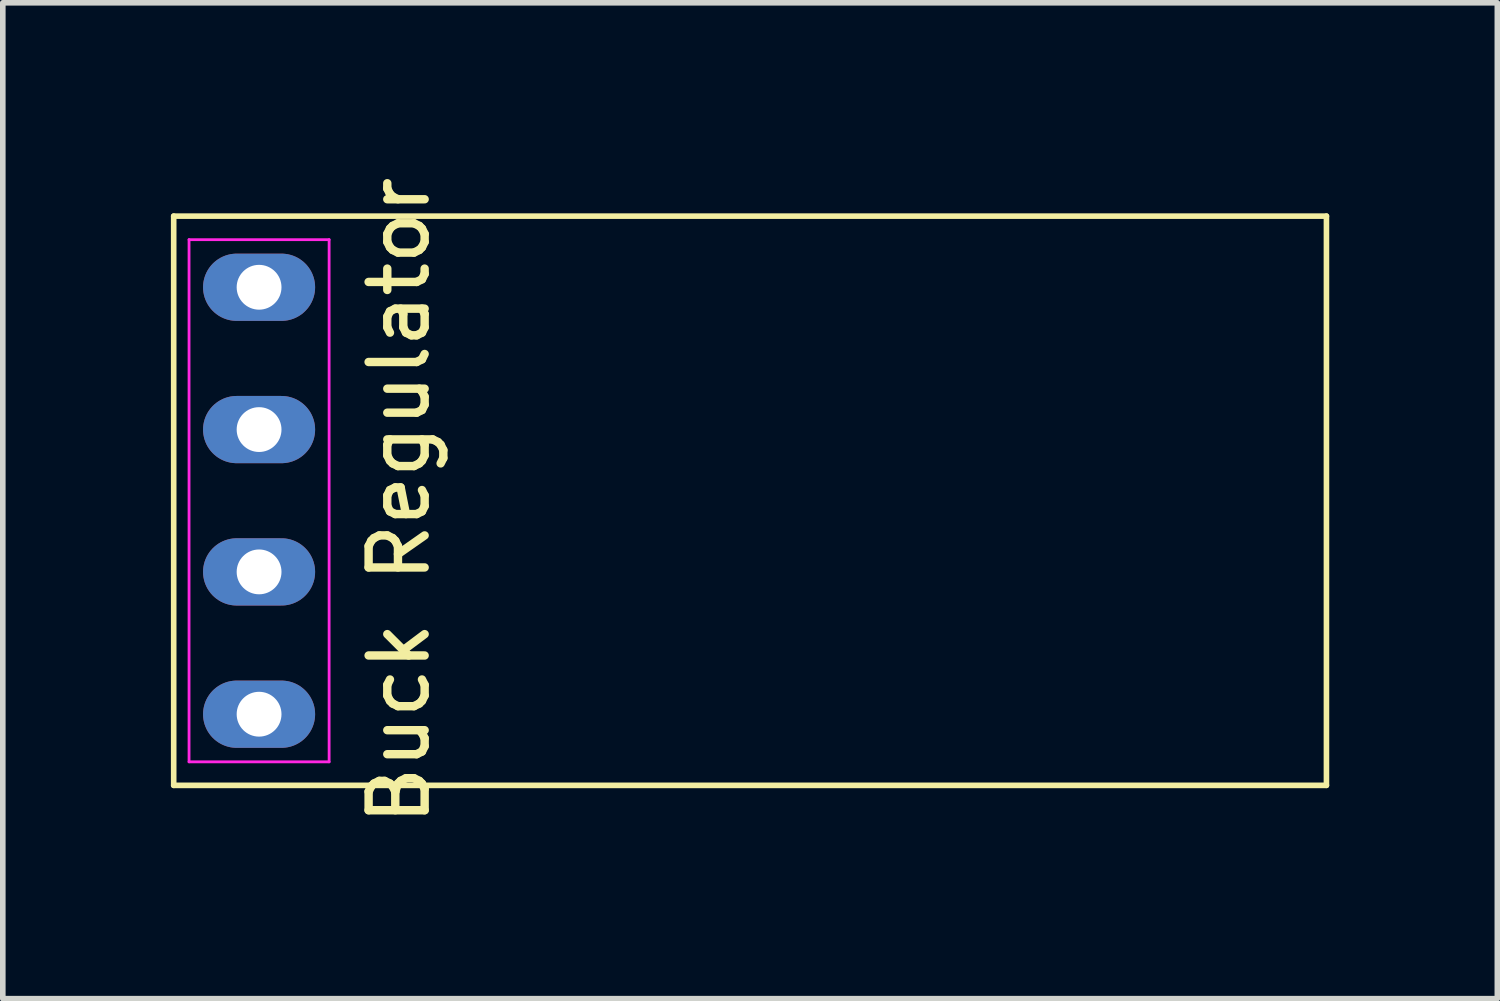
<source format=kicad_pcb>
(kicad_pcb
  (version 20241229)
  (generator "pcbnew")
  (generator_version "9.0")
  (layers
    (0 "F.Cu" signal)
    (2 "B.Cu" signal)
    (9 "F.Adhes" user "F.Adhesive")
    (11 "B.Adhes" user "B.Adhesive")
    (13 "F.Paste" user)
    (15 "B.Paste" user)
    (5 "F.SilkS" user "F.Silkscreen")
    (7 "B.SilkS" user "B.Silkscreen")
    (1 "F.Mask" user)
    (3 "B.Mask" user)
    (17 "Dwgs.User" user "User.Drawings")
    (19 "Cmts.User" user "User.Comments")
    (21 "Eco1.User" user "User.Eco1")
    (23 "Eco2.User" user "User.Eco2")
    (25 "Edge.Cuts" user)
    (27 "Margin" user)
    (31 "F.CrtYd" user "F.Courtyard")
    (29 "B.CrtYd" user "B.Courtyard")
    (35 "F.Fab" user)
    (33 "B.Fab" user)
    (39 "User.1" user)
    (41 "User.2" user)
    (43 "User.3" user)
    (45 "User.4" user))
  (footprint "Buck Regulator"
    (layer "F.Cu")
    (at 1.574 5.887)
    (property "Reference" "Buck Regulator" (at 2.5 0 90) (layer "F.SilkS") (effects (font (size 1 1) (thickness 0.15))))
    (attr through_hole)
    (fp_line (start -1.524 -5.08) (end -1.524 5.08) (stroke (width 0.1) (type default)) (layer "F.SilkS"))
    (fp_line (start 19.05 -5.08) (end -1.524 -5.08) (stroke (width 0.1) (type default)) (layer "F.SilkS"))
    (fp_line (start 19.05 -5.08) (end 19.05 5.08) (stroke (width 0.1) (type default)) (layer "F.SilkS"))
    (fp_line (start 19.05 5.08) (end -1.524 5.08) (stroke (width 0.1) (type default)) (layer "F.SilkS"))
    (fp_line (start -1.25 -4.66) (end 1.25 -4.66) (stroke (width 0.05) (type default)) (layer "F.CrtYd"))
    (fp_line (start -1.25 4.66) (end -1.25 -4.66) (stroke (width 0.05) (type default)) (layer "F.CrtYd"))
    (fp_line (start 1.25 -4.66) (end 1.25 4.66) (stroke (width 0.05) (type default)) (layer "F.CrtYd"))
    (fp_line (start 1.25 4.66) (end -1.25 4.66) (stroke (width 0.05) (type default)) (layer "F.CrtYd"))
    (pad "1" thru_hole oval (at 0 3.81 90) (size 1.2 2) (drill 0.8) (layers "*.Cu" "*.Mask"))
    (pad "2" thru_hole oval (at 0 1.27 90) (size 1.2 2) (drill 0.8) (layers "*.Cu" "*.Mask"))
    (pad "3" thru_hole oval (at 0 -1.27 90) (size 1.2 2) (drill 0.8) (layers "*.Cu" "*.Mask"))
    (pad "4" thru_hole oval (at 0 -3.81 90) (size 1.2 2) (drill 0.8) (layers "*.Cu" "*.Mask")))
  (gr_rect
    (start -3 -3)
    (end 23.674 14.774)
    (stroke (width 0.1) (type default))
    (fill no)
    (layer "Edge.Cuts")))
</source>
